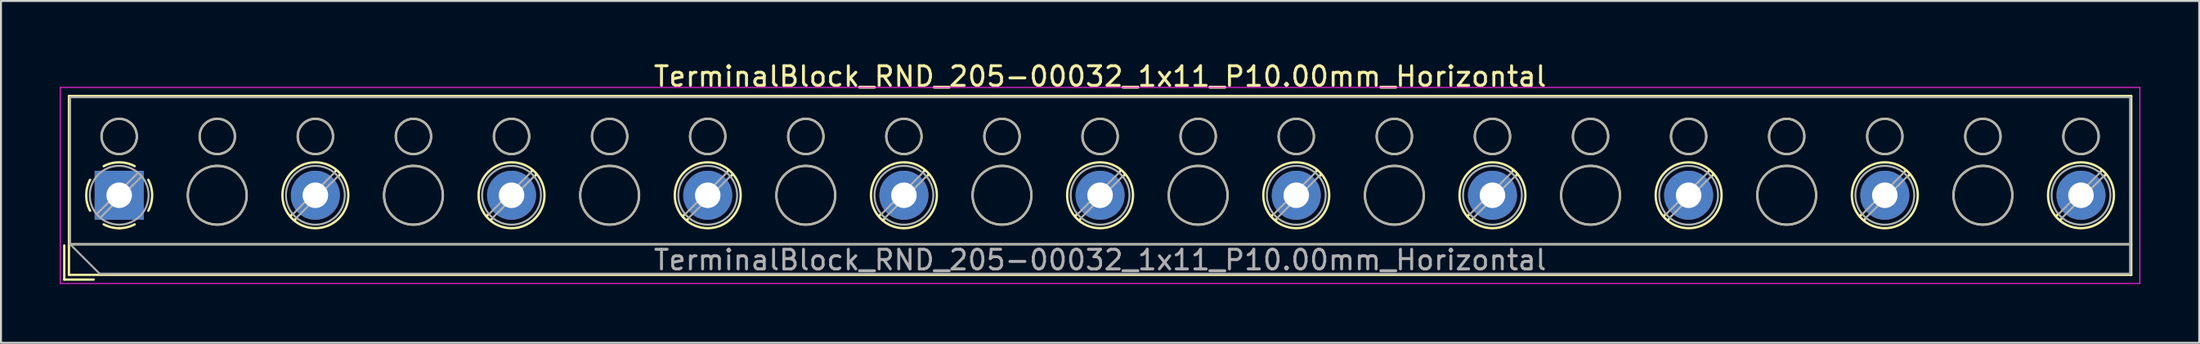
<source format=kicad_pcb>
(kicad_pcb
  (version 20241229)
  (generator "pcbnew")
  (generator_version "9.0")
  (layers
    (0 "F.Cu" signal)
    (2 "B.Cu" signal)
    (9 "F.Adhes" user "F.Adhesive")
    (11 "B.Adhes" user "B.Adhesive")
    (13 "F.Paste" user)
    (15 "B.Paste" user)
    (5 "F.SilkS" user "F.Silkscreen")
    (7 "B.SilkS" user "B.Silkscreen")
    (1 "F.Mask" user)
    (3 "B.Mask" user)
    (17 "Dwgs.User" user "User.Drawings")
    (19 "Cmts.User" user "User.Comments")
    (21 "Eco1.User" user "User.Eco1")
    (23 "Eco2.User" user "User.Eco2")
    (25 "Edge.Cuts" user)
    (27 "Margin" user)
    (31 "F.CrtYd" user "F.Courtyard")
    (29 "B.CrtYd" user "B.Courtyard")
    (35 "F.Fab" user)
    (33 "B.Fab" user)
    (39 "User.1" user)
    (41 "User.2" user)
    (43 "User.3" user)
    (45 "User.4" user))
  (footprint "TerminalBlock_RND_205-00032_1x11_P10.00mm_Horizontal"
    (layer "F.Cu")
    (at 3.025 6.908)
    (property "Reference" "TerminalBlock_RND_205-00032_1x11_P10.00mm_Horizontal" (at 50 -6.06 0) (layer "F.SilkS") (effects (font (size 1 1) (thickness 0.15))))
    (attr through_hole)
    (fp_line (start -2.8 2.56) (end -2.8 4.3) (stroke (width 0.12) (type solid)) (layer "F.SilkS"))
    (fp_line (start -2.8 4.3) (end -1.3 4.3) (stroke (width 0.12) (type solid)) (layer "F.SilkS"))
    (fp_line (start -2.56 -5.06) (end -2.56 4.06) (stroke (width 0.12) (type solid)) (layer "F.SilkS"))
    (fp_line (start -2.56 -5.06) (end 102.56 -5.06) (stroke (width 0.12) (type solid)) (layer "F.SilkS"))
    (fp_line (start -2.56 2.5) (end 102.56 2.5) (stroke (width 0.12) (type solid)) (layer "F.SilkS"))
    (fp_line (start -2.56 4.06) (end 102.56 4.06) (stroke (width 0.12) (type solid)) (layer "F.SilkS"))
    (fp_line (start 8.82 0.976) (end 8.726 1.069) (stroke (width 0.12) (type solid)) (layer "F.SilkS"))
    (fp_line (start 8.99 1.216) (end 8.931 1.274) (stroke (width 0.12) (type solid)) (layer "F.SilkS"))
    (fp_line (start 11.07 -1.275) (end 11.011 -1.216) (stroke (width 0.12) (type solid)) (layer "F.SilkS"))
    (fp_line (start 11.275 -1.069) (end 11.181 -0.976) (stroke (width 0.12) (type solid)) (layer "F.SilkS"))
    (fp_line (start 18.82 0.976) (end 18.726 1.069) (stroke (width 0.12) (type solid)) (layer "F.SilkS"))
    (fp_line (start 18.99 1.216) (end 18.931 1.274) (stroke (width 0.12) (type solid)) (layer "F.SilkS"))
    (fp_line (start 21.07 -1.275) (end 21.011 -1.216) (stroke (width 0.12) (type solid)) (layer "F.SilkS"))
    (fp_line (start 21.275 -1.069) (end 21.181 -0.976) (stroke (width 0.12) (type solid)) (layer "F.SilkS"))
    (fp_line (start 28.82 0.976) (end 28.726 1.069) (stroke (width 0.12) (type solid)) (layer "F.SilkS"))
    (fp_line (start 28.99 1.216) (end 28.931 1.274) (stroke (width 0.12) (type solid)) (layer "F.SilkS"))
    (fp_line (start 31.07 -1.275) (end 31.011 -1.216) (stroke (width 0.12) (type solid)) (layer "F.SilkS"))
    (fp_line (start 31.275 -1.069) (end 31.181 -0.976) (stroke (width 0.12) (type solid)) (layer "F.SilkS"))
    (fp_line (start 38.82 0.976) (end 38.726 1.069) (stroke (width 0.12) (type solid)) (layer "F.SilkS"))
    (fp_line (start 38.99 1.216) (end 38.931 1.274) (stroke (width 0.12) (type solid)) (layer "F.SilkS"))
    (fp_line (start 41.07 -1.275) (end 41.011 -1.216) (stroke (width 0.12) (type solid)) (layer "F.SilkS"))
    (fp_line (start 41.275 -1.069) (end 41.181 -0.976) (stroke (width 0.12) (type solid)) (layer "F.SilkS"))
    (fp_line (start 48.82 0.976) (end 48.726 1.069) (stroke (width 0.12) (type solid)) (layer "F.SilkS"))
    (fp_line (start 48.99 1.216) (end 48.931 1.274) (stroke (width 0.12) (type solid)) (layer "F.SilkS"))
    (fp_line (start 51.07 -1.275) (end 51.011 -1.216) (stroke (width 0.12) (type solid)) (layer "F.SilkS"))
    (fp_line (start 51.275 -1.069) (end 51.181 -0.976) (stroke (width 0.12) (type solid)) (layer "F.SilkS"))
    (fp_line (start 58.82 0.976) (end 58.726 1.069) (stroke (width 0.12) (type solid)) (layer "F.SilkS"))
    (fp_line (start 58.99 1.216) (end 58.931 1.274) (stroke (width 0.12) (type solid)) (layer "F.SilkS"))
    (fp_line (start 61.07 -1.275) (end 61.011 -1.216) (stroke (width 0.12) (type solid)) (layer "F.SilkS"))
    (fp_line (start 61.275 -1.069) (end 61.181 -0.976) (stroke (width 0.12) (type solid)) (layer "F.SilkS"))
    (fp_line (start 68.82 0.976) (end 68.726 1.069) (stroke (width 0.12) (type solid)) (layer "F.SilkS"))
    (fp_line (start 68.99 1.216) (end 68.931 1.274) (stroke (width 0.12) (type solid)) (layer "F.SilkS"))
    (fp_line (start 71.07 -1.275) (end 71.011 -1.216) (stroke (width 0.12) (type solid)) (layer "F.SilkS"))
    (fp_line (start 71.275 -1.069) (end 71.181 -0.976) (stroke (width 0.12) (type solid)) (layer "F.SilkS"))
    (fp_line (start 78.82 0.976) (end 78.726 1.069) (stroke (width 0.12) (type solid)) (layer "F.SilkS"))
    (fp_line (start 78.99 1.216) (end 78.931 1.274) (stroke (width 0.12) (type solid)) (layer "F.SilkS"))
    (fp_line (start 81.07 -1.275) (end 81.011 -1.216) (stroke (width 0.12) (type solid)) (layer "F.SilkS"))
    (fp_line (start 81.275 -1.069) (end 81.181 -0.976) (stroke (width 0.12) (type solid)) (layer "F.SilkS"))
    (fp_line (start 88.82 0.976) (end 88.726 1.069) (stroke (width 0.12) (type solid)) (layer "F.SilkS"))
    (fp_line (start 88.99 1.216) (end 88.931 1.274) (stroke (width 0.12) (type solid)) (layer "F.SilkS"))
    (fp_line (start 91.07 -1.275) (end 91.011 -1.216) (stroke (width 0.12) (type solid)) (layer "F.SilkS"))
    (fp_line (start 91.275 -1.069) (end 91.181 -0.976) (stroke (width 0.12) (type solid)) (layer "F.SilkS"))
    (fp_line (start 98.82 0.976) (end 98.726 1.069) (stroke (width 0.12) (type solid)) (layer "F.SilkS"))
    (fp_line (start 98.99 1.216) (end 98.931 1.274) (stroke (width 0.12) (type solid)) (layer "F.SilkS"))
    (fp_line (start 101.07 -1.275) (end 101.011 -1.216) (stroke (width 0.12) (type solid)) (layer "F.SilkS"))
    (fp_line (start 101.275 -1.069) (end 101.181 -0.976) (stroke (width 0.12) (type solid)) (layer "F.SilkS"))
    (fp_line (start 102.56 -5.06) (end 102.56 4.06) (stroke (width 0.12) (type solid)) (layer "F.SilkS"))
    (fp_arc (start -1.483953 0.789089) (mid -1.680708 0.00005) (end -1.484 -0.789) (stroke (width 0.12) (type solid)) (layer "F.SilkS"))
    (fp_arc (start -0.789089 -1.483953) (mid -0.00005 -1.680708) (end 0.789 -1.484) (stroke (width 0.12) (type solid)) (layer "F.SilkS"))
    (fp_arc (start 0.029383 1.68045) (mid -0.392304 1.634281) (end -0.789 1.484) (stroke (width 0.12) (type solid)) (layer "F.SilkS"))
    (fp_arc (start 0.788712 1.483352) (mid 0.406429 1.630097) (end 0 1.68) (stroke (width 0.12) (type solid)) (layer "F.SilkS"))
    (fp_arc (start 1.483953 -0.789089) (mid 1.680708 -0.00005) (end 1.484 0.789) (stroke (width 0.12) (type solid)) (layer "F.SilkS"))
    (fp_circle (center 0 -3) (end 0.9 -3) (stroke (width 0.12) (type solid)) (fill no) (layer "F.SilkS"))
    (fp_circle (center 5 -3) (end 5.9 -3) (stroke (width 0.12) (type solid)) (fill no) (layer "F.SilkS"))
    (fp_circle (center 5 0) (end 6.5 0) (stroke (width 0.12) (type solid)) (fill no) (layer "F.SilkS"))
    (fp_circle (center 10 -3) (end 10.9 -3) (stroke (width 0.12) (type solid)) (fill no) (layer "F.SilkS"))
    (fp_circle (center 10 0) (end 11.68 0) (stroke (width 0.12) (type solid)) (fill no) (layer "F.SilkS"))
    (fp_circle (center 15 -3) (end 15.9 -3) (stroke (width 0.12) (type solid)) (fill no) (layer "F.SilkS"))
    (fp_circle (center 15 0) (end 16.5 0) (stroke (width 0.12) (type solid)) (fill no) (layer "F.SilkS"))
    (fp_circle (center 20 -3) (end 20.9 -3) (stroke (width 0.12) (type solid)) (fill no) (layer "F.SilkS"))
    (fp_circle (center 20 0) (end 21.68 0) (stroke (width 0.12) (type solid)) (fill no) (layer "F.SilkS"))
    (fp_circle (center 25 -3) (end 25.9 -3) (stroke (width 0.12) (type solid)) (fill no) (layer "F.SilkS"))
    (fp_circle (center 25 0) (end 26.5 0) (stroke (width 0.12) (type solid)) (fill no) (layer "F.SilkS"))
    (fp_circle (center 30 -3) (end 30.9 -3) (stroke (width 0.12) (type solid)) (fill no) (layer "F.SilkS"))
    (fp_circle (center 30 0) (end 31.68 0) (stroke (width 0.12) (type solid)) (fill no) (layer "F.SilkS"))
    (fp_circle (center 35 -3) (end 35.9 -3) (stroke (width 0.12) (type solid)) (fill no) (layer "F.SilkS"))
    (fp_circle (center 35 0) (end 36.5 0) (stroke (width 0.12) (type solid)) (fill no) (layer "F.SilkS"))
    (fp_circle (center 40 -3) (end 40.9 -3) (stroke (width 0.12) (type solid)) (fill no) (layer "F.SilkS"))
    (fp_circle (center 40 0) (end 41.68 0) (stroke (width 0.12) (type solid)) (fill no) (layer "F.SilkS"))
    (fp_circle (center 45 -3) (end 45.9 -3) (stroke (width 0.12) (type solid)) (fill no) (layer "F.SilkS"))
    (fp_circle (center 45 0) (end 46.5 0) (stroke (width 0.12) (type solid)) (fill no) (layer "F.SilkS"))
    (fp_circle (center 50 -3) (end 50.9 -3) (stroke (width 0.12) (type solid)) (fill no) (layer "F.SilkS"))
    (fp_circle (center 50 0) (end 51.68 0) (stroke (width 0.12) (type solid)) (fill no) (layer "F.SilkS"))
    (fp_circle (center 55 -3) (end 55.9 -3) (stroke (width 0.12) (type solid)) (fill no) (layer "F.SilkS"))
    (fp_circle (center 55 0) (end 56.5 0) (stroke (width 0.12) (type solid)) (fill no) (layer "F.SilkS"))
    (fp_circle (center 60 -3) (end 60.9 -3) (stroke (width 0.12) (type solid)) (fill no) (layer "F.SilkS"))
    (fp_circle (center 60 0) (end 61.68 0) (stroke (width 0.12) (type solid)) (fill no) (layer "F.SilkS"))
    (fp_circle (center 65 -3) (end 65.9 -3) (stroke (width 0.12) (type solid)) (fill no) (layer "F.SilkS"))
    (fp_circle (center 65 0) (end 66.5 0) (stroke (width 0.12) (type solid)) (fill no) (layer "F.SilkS"))
    (fp_circle (center 70 -3) (end 70.9 -3) (stroke (width 0.12) (type solid)) (fill no) (layer "F.SilkS"))
    (fp_circle (center 70 0) (end 71.68 0) (stroke (width 0.12) (type solid)) (fill no) (layer "F.SilkS"))
    (fp_circle (center 75 -3) (end 75.9 -3) (stroke (width 0.12) (type solid)) (fill no) (layer "F.SilkS"))
    (fp_circle (center 75 0) (end 76.5 0) (stroke (width 0.12) (type solid)) (fill no) (layer "F.SilkS"))
    (fp_circle (center 80 -3) (end 80.9 -3) (stroke (width 0.12) (type solid)) (fill no) (layer "F.SilkS"))
    (fp_circle (center 80 0) (end 81.68 0) (stroke (width 0.12) (type solid)) (fill no) (layer "F.SilkS"))
    (fp_circle (center 85 -3) (end 85.9 -3) (stroke (width 0.12) (type solid)) (fill no) (layer "F.SilkS"))
    (fp_circle (center 85 0) (end 86.5 0) (stroke (width 0.12) (type solid)) (fill no) (layer "F.SilkS"))
    (fp_circle (center 90 -3) (end 90.9 -3) (stroke (width 0.12) (type solid)) (fill no) (layer "F.SilkS"))
    (fp_circle (center 90 0) (end 91.68 0) (stroke (width 0.12) (type solid)) (fill no) (layer "F.SilkS"))
    (fp_circle (center 95 -3) (end 95.9 -3) (stroke (width 0.12) (type solid)) (fill no) (layer "F.SilkS"))
    (fp_circle (center 95 0) (end 96.5 0) (stroke (width 0.12) (type solid)) (fill no) (layer "F.SilkS"))
    (fp_circle (center 100 -3) (end 100.9 -3) (stroke (width 0.12) (type solid)) (fill no) (layer "F.SilkS"))
    (fp_circle (center 100 0) (end 101.68 0) (stroke (width 0.12) (type solid)) (fill no) (layer "F.SilkS"))
    (fp_line (start -3 -5.5) (end -3 4.5) (stroke (width 0.05) (type solid)) (layer "F.CrtYd"))
    (fp_line (start -3 4.5) (end 103 4.5) (stroke (width 0.05) (type solid)) (layer "F.CrtYd"))
    (fp_line (start 103 -5.5) (end -3 -5.5) (stroke (width 0.05) (type solid)) (layer "F.CrtYd"))
    (fp_line (start 103 4.5) (end 103 -5.5) (stroke (width 0.05) (type solid)) (layer "F.CrtYd"))
    (fp_line (start -2.5 -5) (end 102.5 -5) (stroke (width 0.1) (type solid)) (layer "F.Fab"))
    (fp_line (start -2.5 2.5) (end -2.5 -5) (stroke (width 0.1) (type solid)) (layer "F.Fab"))
    (fp_line (start -2.5 2.5) (end 102.5 2.5) (stroke (width 0.1) (type solid)) (layer "F.Fab"))
    (fp_line (start -1 4) (end -2.5 2.5) (stroke (width 0.1) (type solid)) (layer "F.Fab"))
    (fp_line (start 0.955 -1.138) (end -1.138 0.955) (stroke (width 0.1) (type solid)) (layer "F.Fab"))
    (fp_line (start 1.138 -0.955) (end -0.955 1.138) (stroke (width 0.1) (type solid)) (layer "F.Fab"))
    (fp_line (start 10.955 -1.138) (end 8.863 0.955) (stroke (width 0.1) (type solid)) (layer "F.Fab"))
    (fp_line (start 11.138 -0.955) (end 9.046 1.138) (stroke (width 0.1) (type solid)) (layer "F.Fab"))
    (fp_line (start 20.955 -1.138) (end 18.863 0.955) (stroke (width 0.1) (type solid)) (layer "F.Fab"))
    (fp_line (start 21.138 -0.955) (end 19.046 1.138) (stroke (width 0.1) (type solid)) (layer "F.Fab"))
    (fp_line (start 30.955 -1.138) (end 28.863 0.955) (stroke (width 0.1) (type solid)) (layer "F.Fab"))
    (fp_line (start 31.138 -0.955) (end 29.046 1.138) (stroke (width 0.1) (type solid)) (layer "F.Fab"))
    (fp_line (start 40.955 -1.138) (end 38.863 0.955) (stroke (width 0.1) (type solid)) (layer "F.Fab"))
    (fp_line (start 41.138 -0.955) (end 39.046 1.138) (stroke (width 0.1) (type solid)) (layer "F.Fab"))
    (fp_line (start 50.955 -1.138) (end 48.863 0.955) (stroke (width 0.1) (type solid)) (layer "F.Fab"))
    (fp_line (start 51.138 -0.955) (end 49.046 1.138) (stroke (width 0.1) (type solid)) (layer "F.Fab"))
    (fp_line (start 60.955 -1.138) (end 58.863 0.955) (stroke (width 0.1) (type solid)) (layer "F.Fab"))
    (fp_line (start 61.138 -0.955) (end 59.046 1.138) (stroke (width 0.1) (type solid)) (layer "F.Fab"))
    (fp_line (start 70.955 -1.138) (end 68.863 0.955) (stroke (width 0.1) (type solid)) (layer "F.Fab"))
    (fp_line (start 71.138 -0.955) (end 69.046 1.138) (stroke (width 0.1) (type solid)) (layer "F.Fab"))
    (fp_line (start 80.955 -1.138) (end 78.863 0.955) (stroke (width 0.1) (type solid)) (layer "F.Fab"))
    (fp_line (start 81.138 -0.955) (end 79.046 1.138) (stroke (width 0.1) (type solid)) (layer "F.Fab"))
    (fp_line (start 90.955 -1.138) (end 88.863 0.955) (stroke (width 0.1) (type solid)) (layer "F.Fab"))
    (fp_line (start 91.138 -0.955) (end 89.046 1.138) (stroke (width 0.1) (type solid)) (layer "F.Fab"))
    (fp_line (start 100.955 -1.138) (end 98.863 0.955) (stroke (width 0.1) (type solid)) (layer "F.Fab"))
    (fp_line (start 101.138 -0.955) (end 99.046 1.138) (stroke (width 0.1) (type solid)) (layer "F.Fab"))
    (fp_line (start 102.5 -5) (end 102.5 4) (stroke (width 0.1) (type solid)) (layer "F.Fab"))
    (fp_line (start 102.5 4) (end -1 4) (stroke (width 0.1) (type solid)) (layer "F.Fab"))
    (fp_circle (center 0 -3) (end 0.9 -3) (stroke (width 0.1) (type solid)) (fill no) (layer "F.Fab"))
    (fp_circle (center 0 0) (end 1.5 0) (stroke (width 0.1) (type solid)) (fill no) (layer "F.Fab"))
    (fp_circle (center 5 -3) (end 5.9 -3) (stroke (width 0.1) (type solid)) (fill no) (layer "F.Fab"))
    (fp_circle (center 5 0) (end 6.5 0) (stroke (width 0.1) (type solid)) (fill no) (layer "F.Fab"))
    (fp_circle (center 10 -3) (end 10.9 -3) (stroke (width 0.1) (type solid)) (fill no) (layer "F.Fab"))
    (fp_circle (center 10 0) (end 11.5 0) (stroke (width 0.1) (type solid)) (fill no) (layer "F.Fab"))
    (fp_circle (center 15 -3) (end 15.9 -3) (stroke (width 0.1) (type solid)) (fill no) (layer "F.Fab"))
    (fp_circle (center 15 0) (end 16.5 0) (stroke (width 0.1) (type solid)) (fill no) (layer "F.Fab"))
    (fp_circle (center 20 -3) (end 20.9 -3) (stroke (width 0.1) (type solid)) (fill no) (layer "F.Fab"))
    (fp_circle (center 20 0) (end 21.5 0) (stroke (width 0.1) (type solid)) (fill no) (layer "F.Fab"))
    (fp_circle (center 25 -3) (end 25.9 -3) (stroke (width 0.1) (type solid)) (fill no) (layer "F.Fab"))
    (fp_circle (center 25 0) (end 26.5 0) (stroke (width 0.1) (type solid)) (fill no) (layer "F.Fab"))
    (fp_circle (center 30 -3) (end 30.9 -3) (stroke (width 0.1) (type solid)) (fill no) (layer "F.Fab"))
    (fp_circle (center 30 0) (end 31.5 0) (stroke (width 0.1) (type solid)) (fill no) (layer "F.Fab"))
    (fp_circle (center 35 -3) (end 35.9 -3) (stroke (width 0.1) (type solid)) (fill no) (layer "F.Fab"))
    (fp_circle (center 35 0) (end 36.5 0) (stroke (width 0.1) (type solid)) (fill no) (layer "F.Fab"))
    (fp_circle (center 40 -3) (end 40.9 -3) (stroke (width 0.1) (type solid)) (fill no) (layer "F.Fab"))
    (fp_circle (center 40 0) (end 41.5 0) (stroke (width 0.1) (type solid)) (fill no) (layer "F.Fab"))
    (fp_circle (center 45 -3) (end 45.9 -3) (stroke (width 0.1) (type solid)) (fill no) (layer "F.Fab"))
    (fp_circle (center 45 0) (end 46.5 0) (stroke (width 0.1) (type solid)) (fill no) (layer "F.Fab"))
    (fp_circle (center 50 -3) (end 50.9 -3) (stroke (width 0.1) (type solid)) (fill no) (layer "F.Fab"))
    (fp_circle (center 50 0) (end 51.5 0) (stroke (width 0.1) (type solid)) (fill no) (layer "F.Fab"))
    (fp_circle (center 55 -3) (end 55.9 -3) (stroke (width 0.1) (type solid)) (fill no) (layer "F.Fab"))
    (fp_circle (center 55 0) (end 56.5 0) (stroke (width 0.1) (type solid)) (fill no) (layer "F.Fab"))
    (fp_circle (center 60 -3) (end 60.9 -3) (stroke (width 0.1) (type solid)) (fill no) (layer "F.Fab"))
    (fp_circle (center 60 0) (end 61.5 0) (stroke (width 0.1) (type solid)) (fill no) (layer "F.Fab"))
    (fp_circle (center 65 -3) (end 65.9 -3) (stroke (width 0.1) (type solid)) (fill no) (layer "F.Fab"))
    (fp_circle (center 65 0) (end 66.5 0) (stroke (width 0.1) (type solid)) (fill no) (layer "F.Fab"))
    (fp_circle (center 70 -3) (end 70.9 -3) (stroke (width 0.1) (type solid)) (fill no) (layer "F.Fab"))
    (fp_circle (center 70 0) (end 71.5 0) (stroke (width 0.1) (type solid)) (fill no) (layer "F.Fab"))
    (fp_circle (center 75 -3) (end 75.9 -3) (stroke (width 0.1) (type solid)) (fill no) (layer "F.Fab"))
    (fp_circle (center 75 0) (end 76.5 0) (stroke (width 0.1) (type solid)) (fill no) (layer "F.Fab"))
    (fp_circle (center 80 -3) (end 80.9 -3) (stroke (width 0.1) (type solid)) (fill no) (layer "F.Fab"))
    (fp_circle (center 80 0) (end 81.5 0) (stroke (width 0.1) (type solid)) (fill no) (layer "F.Fab"))
    (fp_circle (center 85 -3) (end 85.9 -3) (stroke (width 0.1) (type solid)) (fill no) (layer "F.Fab"))
    (fp_circle (center 85 0) (end 86.5 0) (stroke (width 0.1) (type solid)) (fill no) (layer "F.Fab"))
    (fp_circle (center 90 -3) (end 90.9 -3) (stroke (width 0.1) (type solid)) (fill no) (layer "F.Fab"))
    (fp_circle (center 90 0) (end 91.5 0) (stroke (width 0.1) (type solid)) (fill no) (layer "F.Fab"))
    (fp_circle (center 95 -3) (end 95.9 -3) (stroke (width 0.1) (type solid)) (fill no) (layer "F.Fab"))
    (fp_circle (center 95 0) (end 96.5 0) (stroke (width 0.1) (type solid)) (fill no) (layer "F.Fab"))
    (fp_circle (center 100 -3) (end 100.9 -3) (stroke (width 0.1) (type solid)) (fill no) (layer "F.Fab"))
    (fp_circle (center 100 0) (end 101.5 0) (stroke (width 0.1) (type solid)) (fill no) (layer "F.Fab"))
    (fp_text user "${REFERENCE}" (at 50 3.3 0) (layer "F.Fab") (effects (font (size 1 1) (thickness 0.15))))
    (pad "1" thru_hole rect (at 0 0) (size 2.5 2.5) (drill 1.3) (layers "*.Cu" "*.Mask"))
    (pad "2" thru_hole circle (at 10 0) (size 2.5 2.5) (drill 1.3) (layers "*.Cu" "*.Mask"))
    (pad "3" thru_hole circle (at 20 0) (size 2.5 2.5) (drill 1.3) (layers "*.Cu" "*.Mask"))
    (pad "4" thru_hole circle (at 30 0) (size 2.5 2.5) (drill 1.3) (layers "*.Cu" "*.Mask"))
    (pad "5" thru_hole circle (at 40 0) (size 2.5 2.5) (drill 1.3) (layers "*.Cu" "*.Mask"))
    (pad "6" thru_hole circle (at 50 0) (size 2.5 2.5) (drill 1.3) (layers "*.Cu" "*.Mask"))
    (pad "7" thru_hole circle (at 60 0) (size 2.5 2.5) (drill 1.3) (layers "*.Cu" "*.Mask"))
    (pad "8" thru_hole circle (at 70 0) (size 2.5 2.5) (drill 1.3) (layers "*.Cu" "*.Mask"))
    (pad "9" thru_hole circle (at 80 0) (size 2.5 2.5) (drill 1.3) (layers "*.Cu" "*.Mask"))
    (pad "10" thru_hole circle (at 90 0) (size 2.5 2.5) (drill 1.3) (layers "*.Cu" "*.Mask"))
    (pad "11" thru_hole circle (at 100 0) (size 2.5 2.5) (drill 1.3) (layers "*.Cu" "*.Mask")))
  (gr_rect
    (start -3 -3)
    (end 109.05 14.433)
    (stroke (width 0.1) (type default))
    (fill no)
    (layer "Edge.Cuts")))
</source>
